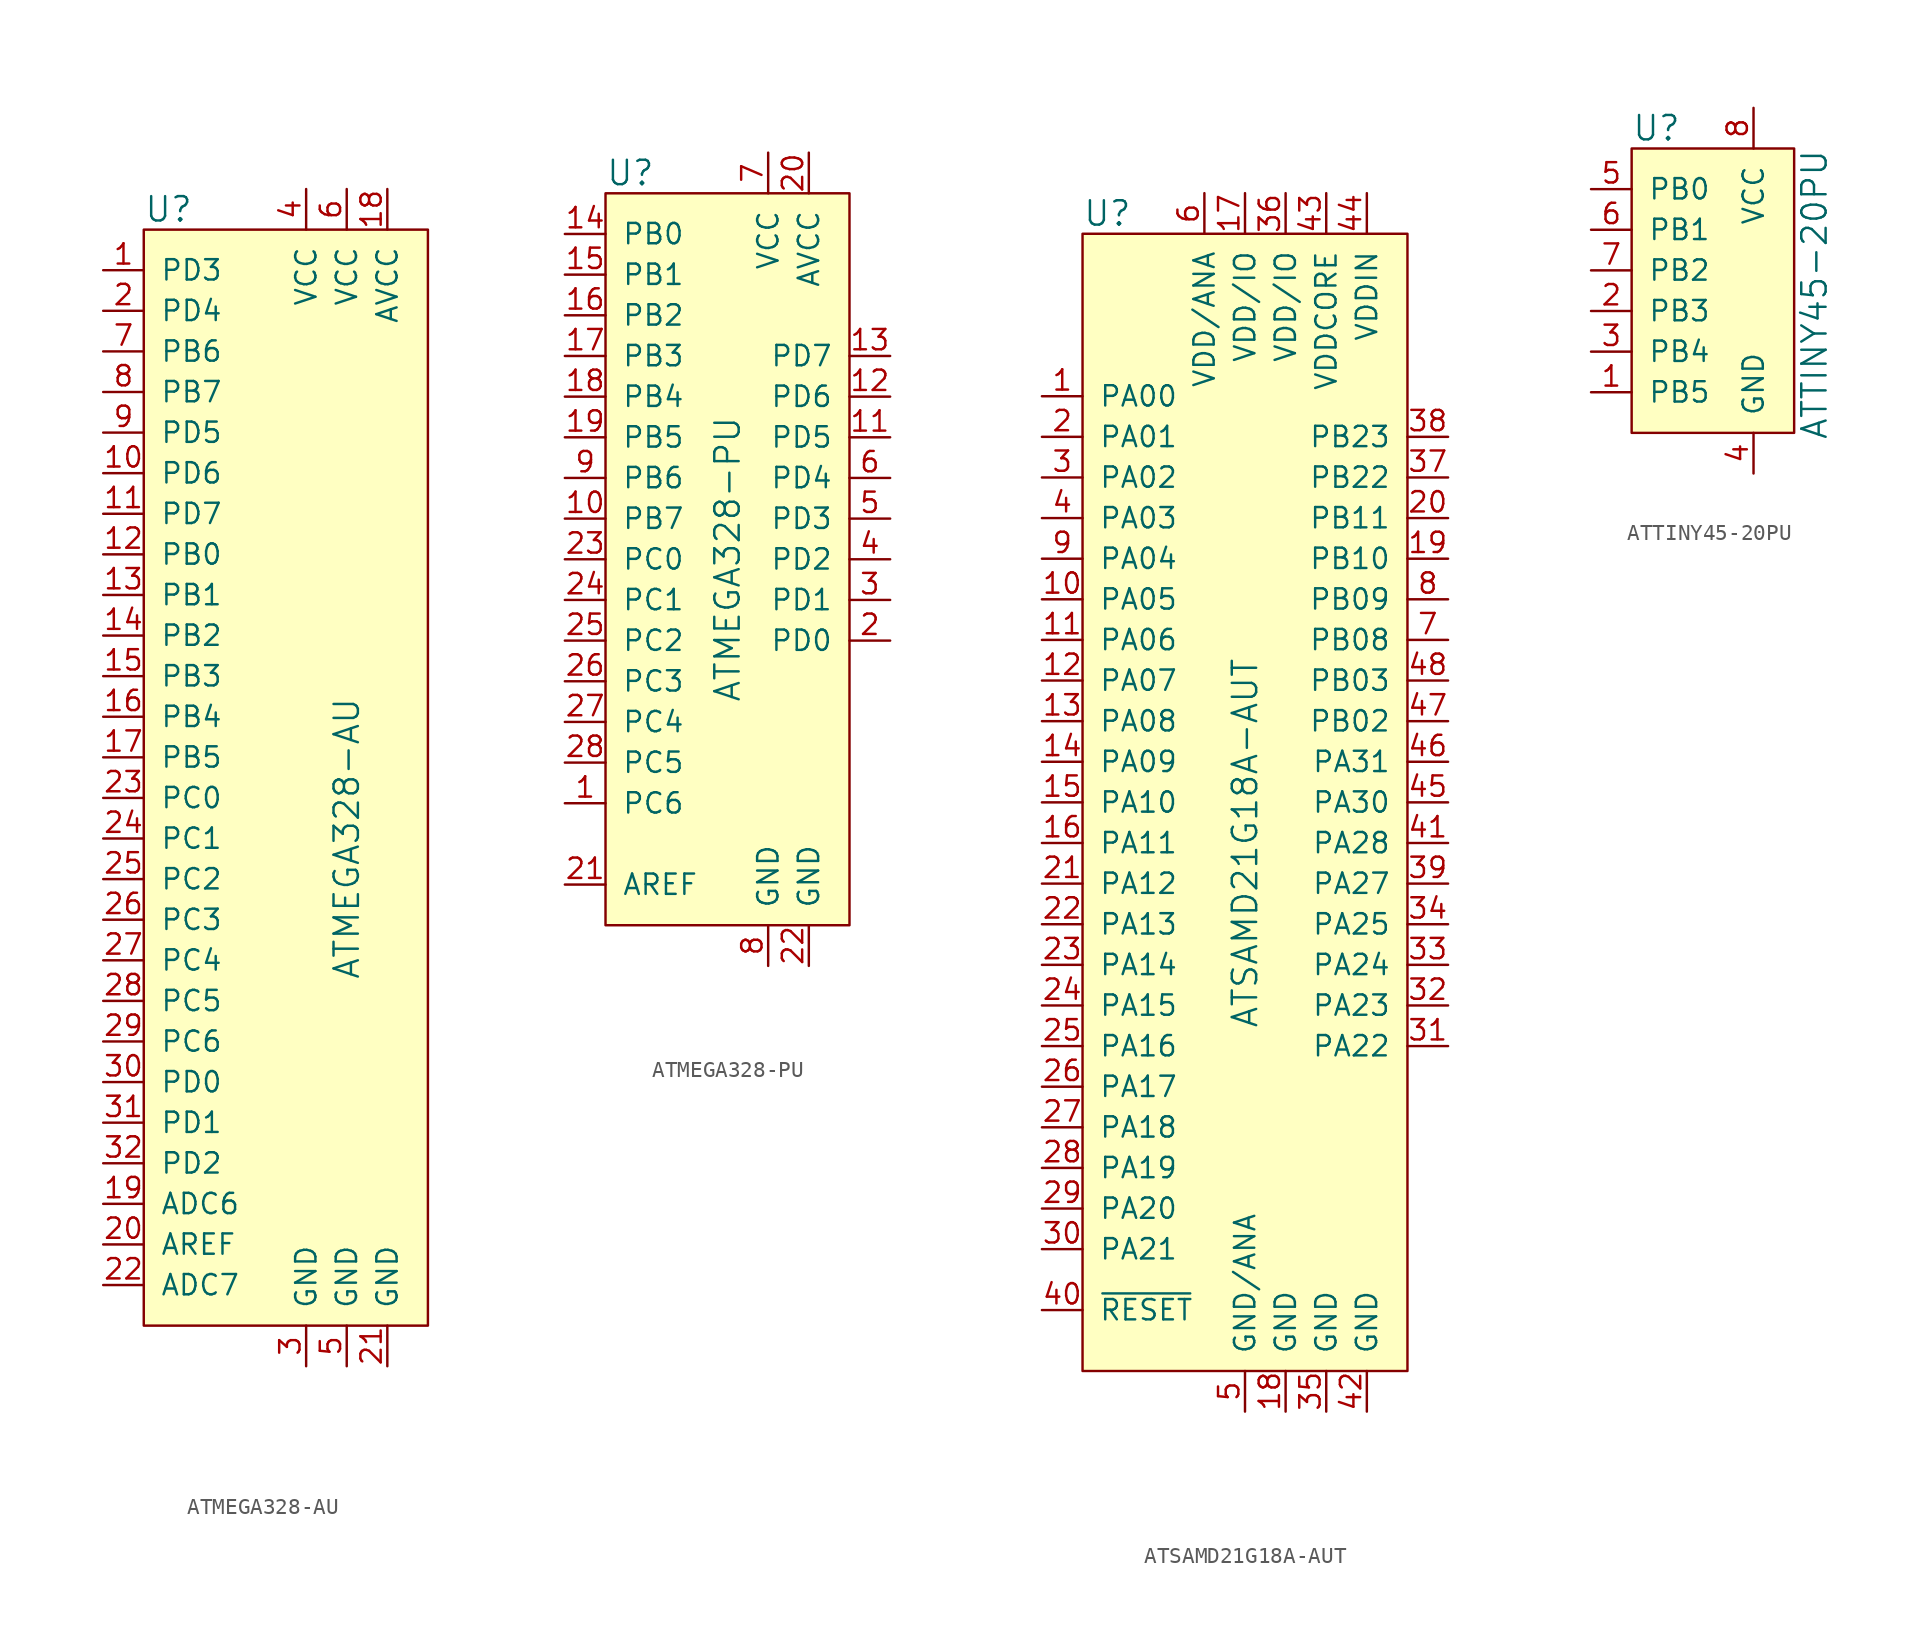
<source format=kicad_sym>
(kicad_symbol_lib
  (version 20231120)
  (generator "kicad_symbol_editor")
  (generator_version "8.0")
  (symbol "ATMEGA328-AU"
    (pin_names
      (offset 1.016))
    (property "Reference" "U"
      (at -10.16 13.97 0)
      (effects (font (size 1.524 1.524)) (justify left)))
    (property "Value" "ATMEGA328-AU"
      (at 2.54 -25.4 90)
      (effects (font (size 1.524 1.524))))
    (symbol "ATMEGA328-AU_0_1"
      (rectangle (start -10.16 12.7) (end 7.62 -55.88) (stroke (width 0) (type solid)) (fill (type background))))
    (symbol "ATMEGA328-AU_1_1"
      (pin bidirectional line (at -12.7 10.16 0) (length 2.54) (name "PD3" (effects (font (size 1.27 1.27)))) (number "1" (effects (font (size 1.27 1.27)))))
      (pin bidirectional line (at -12.7 -2.54 0) (length 2.54) (name "PD6" (effects (font (size 1.27 1.27)))) (number "10" (effects (font (size 1.27 1.27)))))
      (pin bidirectional line (at -12.7 -5.08 0) (length 2.54) (name "PD7" (effects (font (size 1.27 1.27)))) (number "11" (effects (font (size 1.27 1.27)))))
      (pin bidirectional line (at -12.7 -7.62 0) (length 2.54) (name "PB0" (effects (font (size 1.27 1.27)))) (number "12" (effects (font (size 1.27 1.27)))))
      (pin bidirectional line (at -12.7 -10.16 0) (length 2.54) (name "PB1" (effects (font (size 1.27 1.27)))) (number "13" (effects (font (size 1.27 1.27)))))
      (pin bidirectional line (at -12.7 -12.7 0) (length 2.54) (name "PB2" (effects (font (size 1.27 1.27)))) (number "14" (effects (font (size 1.27 1.27)))))
      (pin bidirectional line (at -12.7 -15.24 0) (length 2.54) (name "PB3" (effects (font (size 1.27 1.27)))) (number "15" (effects (font (size 1.27 1.27)))))
      (pin bidirectional line (at -12.7 -17.78 0) (length 2.54) (name "PB4" (effects (font (size 1.27 1.27)))) (number "16" (effects (font (size 1.27 1.27)))))
      (pin bidirectional line (at -12.7 -20.32 0) (length 2.54) (name "PB5" (effects (font (size 1.27 1.27)))) (number "17" (effects (font (size 1.27 1.27)))))
      (pin power_in line (at 5.08 15.24 270) (length 2.54) (name "AVCC" (effects (font (size 1.27 1.27)))) (number "18" (effects (font (size 1.27 1.27)))))
      (pin bidirectional line (at -12.7 -48.26 0) (length 2.54) (name "ADC6" (effects (font (size 1.27 1.27)))) (number "19" (effects (font (size 1.27 1.27)))))
      (pin bidirectional line (at -12.7 7.62 0) (length 2.54) (name "PD4" (effects (font (size 1.27 1.27)))) (number "2" (effects (font (size 1.27 1.27)))))
      (pin input line (at -12.7 -50.8 0) (length 2.54) (name "AREF" (effects (font (size 1.27 1.27)))) (number "20" (effects (font (size 1.27 1.27)))))
      (pin power_in line (at 5.08 -58.42 90) (length 2.54) (name "GND" (effects (font (size 1.27 1.27)))) (number "21" (effects (font (size 1.27 1.27)))))
      (pin bidirectional line (at -12.7 -53.34 0) (length 2.54) (name "ADC7" (effects (font (size 1.27 1.27)))) (number "22" (effects (font (size 1.27 1.27)))))
      (pin bidirectional line (at -12.7 -22.86 0) (length 2.54) (name "PC0" (effects (font (size 1.27 1.27)))) (number "23" (effects (font (size 1.27 1.27)))))
      (pin bidirectional line (at -12.7 -25.4 0) (length 2.54) (name "PC1" (effects (font (size 1.27 1.27)))) (number "24" (effects (font (size 1.27 1.27)))))
      (pin bidirectional line (at -12.7 -27.94 0) (length 2.54) (name "PC2" (effects (font (size 1.27 1.27)))) (number "25" (effects (font (size 1.27 1.27)))))
      (pin input line (at -12.7 -30.48 0) (length 2.54) (name "PC3" (effects (font (size 1.27 1.27)))) (number "26" (effects (font (size 1.27 1.27)))))
      (pin input line (at -12.7 -33.02 0) (length 2.54) (name "PC4" (effects (font (size 1.27 1.27)))) (number "27" (effects (font (size 1.27 1.27)))))
      (pin input line (at -12.7 -35.56 0) (length 2.54) (name "PC5" (effects (font (size 1.27 1.27)))) (number "28" (effects (font (size 1.27 1.27)))))
      (pin input line (at -12.7 -38.1 0) (length 2.54) (name "PC6" (effects (font (size 1.27 1.27)))) (number "29" (effects (font (size 1.27 1.27)))))
      (pin power_in line (at 0 -58.42 90) (length 2.54) (name "GND" (effects (font (size 1.27 1.27)))) (number "3" (effects (font (size 1.27 1.27)))))
      (pin input line (at -12.7 -40.64 0) (length 2.54) (name "PD0" (effects (font (size 1.27 1.27)))) (number "30" (effects (font (size 1.27 1.27)))))
      (pin input line (at -12.7 -43.18 0) (length 2.54) (name "PD1" (effects (font (size 1.27 1.27)))) (number "31" (effects (font (size 1.27 1.27)))))
      (pin input line (at -12.7 -45.72 0) (length 2.54) (name "PD2" (effects (font (size 1.27 1.27)))) (number "32" (effects (font (size 1.27 1.27)))))
      (pin power_in line (at 0 15.24 270) (length 2.54) (name "VCC" (effects (font (size 1.27 1.27)))) (number "4" (effects (font (size 1.27 1.27)))))
      (pin power_in line (at 2.54 -58.42 90) (length 2.54) (name "GND" (effects (font (size 1.27 1.27)))) (number "5" (effects (font (size 1.27 1.27)))))
      (pin power_in line (at 2.54 15.24 270) (length 2.54) (name "VCC" (effects (font (size 1.27 1.27)))) (number "6" (effects (font (size 1.27 1.27)))))
      (pin bidirectional line (at -12.7 5.08 0) (length 2.54) (name "PB6" (effects (font (size 1.27 1.27)))) (number "7" (effects (font (size 1.27 1.27)))))
      (pin bidirectional line (at -12.7 2.54 0) (length 2.54) (name "PB7" (effects (font (size 1.27 1.27)))) (number "8" (effects (font (size 1.27 1.27)))))
      (pin bidirectional line (at -12.7 0 0) (length 2.54) (name "PD5" (effects (font (size 1.27 1.27)))) (number "9" (effects (font (size 1.27 1.27)))))))
  (symbol "ATMEGA328-PU"
    (pin_names
      (offset 1.016))
    (property "Reference" "U"
      (at -10.16 29.21 0)
      (effects (font (size 1.524 1.524)) (justify left)))
    (property "Value" "ATMEGA328-PU"
      (at -2.54 5.08 90)
      (effects (font (size 1.524 1.524))))
    (symbol "ATMEGA328-PU_0_1"
      (rectangle (start -10.16 27.94) (end 5.08 -17.78) (stroke (width 0) (type solid)) (fill (type background))))
    (symbol "ATMEGA328-PU_1_1"
      (pin bidirectional line (at -12.7 -10.16 0) (length 2.54) (name "PC6" (effects (font (size 1.27 1.27)))) (number "1" (effects (font (size 1.27 1.27)))))
      (pin bidirectional line (at -12.7 7.62 0) (length 2.54) (name "PB7" (effects (font (size 1.27 1.27)))) (number "10" (effects (font (size 1.27 1.27)))))
      (pin bidirectional line (at 7.62 12.7 180) (length 2.54) (name "PD5" (effects (font (size 1.27 1.27)))) (number "11" (effects (font (size 1.27 1.27)))))
      (pin bidirectional line (at 7.62 15.24 180) (length 2.54) (name "PD6" (effects (font (size 1.27 1.27)))) (number "12" (effects (font (size 1.27 1.27)))))
      (pin bidirectional line (at 7.62 17.78 180) (length 2.54) (name "PD7" (effects (font (size 1.27 1.27)))) (number "13" (effects (font (size 1.27 1.27)))))
      (pin bidirectional line (at -12.7 25.4 0) (length 2.54) (name "PB0" (effects (font (size 1.27 1.27)))) (number "14" (effects (font (size 1.27 1.27)))))
      (pin bidirectional line (at -12.7 22.86 0) (length 2.54) (name "PB1" (effects (font (size 1.27 1.27)))) (number "15" (effects (font (size 1.27 1.27)))))
      (pin bidirectional line (at -12.7 20.32 0) (length 2.54) (name "PB2" (effects (font (size 1.27 1.27)))) (number "16" (effects (font (size 1.27 1.27)))))
      (pin bidirectional line (at -12.7 17.78 0) (length 2.54) (name "PB3" (effects (font (size 1.27 1.27)))) (number "17" (effects (font (size 1.27 1.27)))))
      (pin bidirectional line (at -12.7 15.24 0) (length 2.54) (name "PB4" (effects (font (size 1.27 1.27)))) (number "18" (effects (font (size 1.27 1.27)))))
      (pin bidirectional line (at -12.7 12.7 0) (length 2.54) (name "PB5" (effects (font (size 1.27 1.27)))) (number "19" (effects (font (size 1.27 1.27)))))
      (pin bidirectional line (at 7.62 0 180) (length 2.54) (name "PD0" (effects (font (size 1.27 1.27)))) (number "2" (effects (font (size 1.27 1.27)))))
      (pin power_in line (at 2.54 30.48 270) (length 2.54) (name "AVCC" (effects (font (size 1.27 1.27)))) (number "20" (effects (font (size 1.27 1.27)))))
      (pin input line (at -12.7 -15.24 0) (length 2.54) (name "AREF" (effects (font (size 1.27 1.27)))) (number "21" (effects (font (size 1.27 1.27)))))
      (pin power_in line (at 2.54 -20.32 90) (length 2.54) (name "GND" (effects (font (size 1.27 1.27)))) (number "22" (effects (font (size 1.27 1.27)))))
      (pin bidirectional line (at -12.7 5.08 0) (length 2.54) (name "PC0" (effects (font (size 1.27 1.27)))) (number "23" (effects (font (size 1.27 1.27)))))
      (pin bidirectional line (at -12.7 2.54 0) (length 2.54) (name "PC1" (effects (font (size 1.27 1.27)))) (number "24" (effects (font (size 1.27 1.27)))))
      (pin bidirectional line (at -12.7 0 0) (length 2.54) (name "PC2" (effects (font (size 1.27 1.27)))) (number "25" (effects (font (size 1.27 1.27)))))
      (pin bidirectional line (at -12.7 -2.54 0) (length 2.54) (name "PC3" (effects (font (size 1.27 1.27)))) (number "26" (effects (font (size 1.27 1.27)))))
      (pin bidirectional line (at -12.7 -5.08 0) (length 2.54) (name "PC4" (effects (font (size 1.27 1.27)))) (number "27" (effects (font (size 1.27 1.27)))))
      (pin bidirectional line (at -12.7 -7.62 0) (length 2.54) (name "PC5" (effects (font (size 1.27 1.27)))) (number "28" (effects (font (size 1.27 1.27)))))
      (pin bidirectional line (at 7.62 2.54 180) (length 2.54) (name "PD1" (effects (font (size 1.27 1.27)))) (number "3" (effects (font (size 1.27 1.27)))))
      (pin bidirectional line (at 7.62 5.08 180) (length 2.54) (name "PD2" (effects (font (size 1.27 1.27)))) (number "4" (effects (font (size 1.27 1.27)))))
      (pin bidirectional line (at 7.62 7.62 180) (length 2.54) (name "PD3" (effects (font (size 1.27 1.27)))) (number "5" (effects (font (size 1.27 1.27)))))
      (pin bidirectional line (at 7.62 10.16 180) (length 2.54) (name "PD4" (effects (font (size 1.27 1.27)))) (number "6" (effects (font (size 1.27 1.27)))))
      (pin power_in line (at 0 30.48 270) (length 2.54) (name "VCC" (effects (font (size 1.27 1.27)))) (number "7" (effects (font (size 1.27 1.27)))))
      (pin power_in line (at 0 -20.32 90) (length 2.54) (name "GND" (effects (font (size 1.27 1.27)))) (number "8" (effects (font (size 1.27 1.27)))))
      (pin bidirectional line (at -12.7 10.16 0) (length 2.54) (name "PB6" (effects (font (size 1.27 1.27)))) (number "9" (effects (font (size 1.27 1.27)))))))
  (symbol "ATSAMD21G18A-AUT"
    (pin_names
      (offset 1.016))
    (property "Reference" "U"
      (at -10.16 39.37 0)
      (effects (font (size 1.524 1.524)) (justify left)))
    (property "Value" "ATSAMD21G18A-AUT"
      (at 0 0 90)
      (effects (font (size 1.524 1.524))))
    (symbol "ATSAMD21G18A-AUT_0_1"
      (rectangle (start -10.16 38.1) (end 10.16 -33.02) (stroke (width 0) (type solid)) (fill (type background))))
    (symbol "ATSAMD21G18A-AUT_1_1"
      (pin bidirectional line (at -12.7 27.94 0) (length 2.54) (name "PA00" (effects (font (size 1.27 1.27)))) (number "1" (effects (font (size 1.27 1.27)))))
      (pin bidirectional line (at -12.7 15.24 0) (length 2.54) (name "PA05" (effects (font (size 1.27 1.27)))) (number "10" (effects (font (size 1.27 1.27)))))
      (pin bidirectional line (at -12.7 12.7 0) (length 2.54) (name "PA06" (effects (font (size 1.27 1.27)))) (number "11" (effects (font (size 1.27 1.27)))))
      (pin bidirectional line (at -12.7 10.16 0) (length 2.54) (name "PA07" (effects (font (size 1.27 1.27)))) (number "12" (effects (font (size 1.27 1.27)))))
      (pin bidirectional line (at -12.7 7.62 0) (length 2.54) (name "PA08" (effects (font (size 1.27 1.27)))) (number "13" (effects (font (size 1.27 1.27)))))
      (pin bidirectional line (at -12.7 5.08 0) (length 2.54) (name "PA09" (effects (font (size 1.27 1.27)))) (number "14" (effects (font (size 1.27 1.27)))))
      (pin bidirectional line (at -12.7 2.54 0) (length 2.54) (name "PA10" (effects (font (size 1.27 1.27)))) (number "15" (effects (font (size 1.27 1.27)))))
      (pin bidirectional line (at -12.7 0 0) (length 2.54) (name "PA11" (effects (font (size 1.27 1.27)))) (number "16" (effects (font (size 1.27 1.27)))))
      (pin power_in line (at 0 40.64 270) (length 2.54) (name "VDD/IO" (effects (font (size 1.27 1.27)))) (number "17" (effects (font (size 1.27 1.27)))))
      (pin power_in line (at 2.54 -35.56 90) (length 2.54) (name "GND" (effects (font (size 1.27 1.27)))) (number "18" (effects (font (size 1.27 1.27)))))
      (pin bidirectional line (at 12.7 17.78 180) (length 2.54) (name "PB10" (effects (font (size 1.27 1.27)))) (number "19" (effects (font (size 1.27 1.27)))))
      (pin bidirectional line (at -12.7 25.4 0) (length 2.54) (name "PA01" (effects (font (size 1.27 1.27)))) (number "2" (effects (font (size 1.27 1.27)))))
      (pin bidirectional line (at 12.7 20.32 180) (length 2.54) (name "PB11" (effects (font (size 1.27 1.27)))) (number "20" (effects (font (size 1.27 1.27)))))
      (pin bidirectional line (at -12.7 -2.54 0) (length 2.54) (name "PA12" (effects (font (size 1.27 1.27)))) (number "21" (effects (font (size 1.27 1.27)))))
      (pin bidirectional line (at -12.7 -5.08 0) (length 2.54) (name "PA13" (effects (font (size 1.27 1.27)))) (number "22" (effects (font (size 1.27 1.27)))))
      (pin bidirectional line (at -12.7 -7.62 0) (length 2.54) (name "PA14" (effects (font (size 1.27 1.27)))) (number "23" (effects (font (size 1.27 1.27)))))
      (pin bidirectional line (at -12.7 -10.16 0) (length 2.54) (name "PA15" (effects (font (size 1.27 1.27)))) (number "24" (effects (font (size 1.27 1.27)))))
      (pin bidirectional line (at -12.7 -12.7 0) (length 2.54) (name "PA16" (effects (font (size 1.27 1.27)))) (number "25" (effects (font (size 1.27 1.27)))))
      (pin bidirectional line (at -12.7 -15.24 0) (length 2.54) (name "PA17" (effects (font (size 1.27 1.27)))) (number "26" (effects (font (size 1.27 1.27)))))
      (pin bidirectional line (at -12.7 -17.78 0) (length 2.54) (name "PA18" (effects (font (size 1.27 1.27)))) (number "27" (effects (font (size 1.27 1.27)))))
      (pin bidirectional line (at -12.7 -20.32 0) (length 2.54) (name "PA19" (effects (font (size 1.27 1.27)))) (number "28" (effects (font (size 1.27 1.27)))))
      (pin bidirectional line (at -12.7 -22.86 0) (length 2.54) (name "PA20" (effects (font (size 1.27 1.27)))) (number "29" (effects (font (size 1.27 1.27)))))
      (pin bidirectional line (at -12.7 22.86 0) (length 2.54) (name "PA02" (effects (font (size 1.27 1.27)))) (number "3" (effects (font (size 1.27 1.27)))))
      (pin bidirectional line (at -12.7 -25.4 0) (length 2.54) (name "PA21" (effects (font (size 1.27 1.27)))) (number "30" (effects (font (size 1.27 1.27)))))
      (pin bidirectional line (at 12.7 -12.7 180) (length 2.54) (name "PA22" (effects (font (size 1.27 1.27)))) (number "31" (effects (font (size 1.27 1.27)))))
      (pin bidirectional line (at 12.7 -10.16 180) (length 2.54) (name "PA23" (effects (font (size 1.27 1.27)))) (number "32" (effects (font (size 1.27 1.27)))))
      (pin bidirectional line (at 12.7 -7.62 180) (length 2.54) (name "PA24" (effects (font (size 1.27 1.27)))) (number "33" (effects (font (size 1.27 1.27)))))
      (pin bidirectional line (at 12.7 -5.08 180) (length 2.54) (name "PA25" (effects (font (size 1.27 1.27)))) (number "34" (effects (font (size 1.27 1.27)))))
      (pin power_in line (at 5.08 -35.56 90) (length 2.54) (name "GND" (effects (font (size 1.27 1.27)))) (number "35" (effects (font (size 1.27 1.27)))))
      (pin power_in line (at 2.54 40.64 270) (length 2.54) (name "VDD/IO" (effects (font (size 1.27 1.27)))) (number "36" (effects (font (size 1.27 1.27)))))
      (pin bidirectional line (at 12.7 22.86 180) (length 2.54) (name "PB22" (effects (font (size 1.27 1.27)))) (number "37" (effects (font (size 1.27 1.27)))))
      (pin bidirectional line (at 12.7 25.4 180) (length 2.54) (name "PB23" (effects (font (size 1.27 1.27)))) (number "38" (effects (font (size 1.27 1.27)))))
      (pin bidirectional line (at 12.7 -2.54 180) (length 2.54) (name "PA27" (effects (font (size 1.27 1.27)))) (number "39" (effects (font (size 1.27 1.27)))))
      (pin bidirectional line (at -12.7 20.32 0) (length 2.54) (name "PA03" (effects (font (size 1.27 1.27)))) (number "4" (effects (font (size 1.27 1.27)))))
      (pin input line (at -12.7 -29.21 0) (length 2.54) (name "~{RESET}" (effects (font (size 1.27 1.27)))) (number "40" (effects (font (size 1.27 1.27)))))
      (pin bidirectional line (at 12.7 0 180) (length 2.54) (name "PA28" (effects (font (size 1.27 1.27)))) (number "41" (effects (font (size 1.27 1.27)))))
      (pin power_in line (at 7.62 -35.56 90) (length 2.54) (name "GND" (effects (font (size 1.27 1.27)))) (number "42" (effects (font (size 1.27 1.27)))))
      (pin power_in line (at 5.08 40.64 270) (length 2.54) (name "VDDCORE" (effects (font (size 1.27 1.27)))) (number "43" (effects (font (size 1.27 1.27)))))
      (pin power_in line (at 7.62 40.64 270) (length 2.54) (name "VDDIN" (effects (font (size 1.27 1.27)))) (number "44" (effects (font (size 1.27 1.27)))))
      (pin bidirectional line (at 12.7 2.54 180) (length 2.54) (name "PA30" (effects (font (size 1.27 1.27)))) (number "45" (effects (font (size 1.27 1.27)))))
      (pin bidirectional line (at 12.7 5.08 180) (length 2.54) (name "PA31" (effects (font (size 1.27 1.27)))) (number "46" (effects (font (size 1.27 1.27)))))
      (pin bidirectional line (at 12.7 7.62 180) (length 2.54) (name "PB02" (effects (font (size 1.27 1.27)))) (number "47" (effects (font (size 1.27 1.27)))))
      (pin bidirectional line (at 12.7 10.16 180) (length 2.54) (name "PB03" (effects (font (size 1.27 1.27)))) (number "48" (effects (font (size 1.27 1.27)))))
      (pin power_in line (at 0 -35.56 90) (length 2.54) (name "GND/ANA" (effects (font (size 1.27 1.27)))) (number "5" (effects (font (size 1.27 1.27)))))
      (pin power_in line (at -2.54 40.64 270) (length 2.54) (name "VDD/ANA" (effects (font (size 1.27 1.27)))) (number "6" (effects (font (size 1.27 1.27)))))
      (pin bidirectional line (at 12.7 12.7 180) (length 2.54) (name "PB08" (effects (font (size 1.27 1.27)))) (number "7" (effects (font (size 1.27 1.27)))))
      (pin bidirectional line (at 12.7 15.24 180) (length 2.54) (name "PB09" (effects (font (size 1.27 1.27)))) (number "8" (effects (font (size 1.27 1.27)))))
      (pin bidirectional line (at -12.7 17.78 0) (length 2.54) (name "PA04" (effects (font (size 1.27 1.27)))) (number "9" (effects (font (size 1.27 1.27)))))))
  (symbol "ATTINY45-20PU"
    (pin_names
      (offset 1.016))
    (property "Reference" "U"
      (at -5.08 6.35 0)
      (effects (font (size 1.524 1.524)) (justify left)))
    (property "Value" "ATTINY45-20PU"
      (at 6.35 5.08 90)
      (effects (font (size 1.524 1.524)) (justify right)))
    (symbol "ATTINY45-20PU_0_1"
      (rectangle (start -5.08 5.08) (end 5.08 -12.7) (stroke (width 0) (type solid)) (fill (type background))))
    (symbol "ATTINY45-20PU_1_1"
      (pin bidirectional line (at -7.62 -10.16 0) (length 2.54) (name "PB5" (effects (font (size 1.27 1.27)))) (number "1" (effects (font (size 1.27 1.27)))))
      (pin bidirectional line (at -7.62 -5.08 0) (length 2.54) (name "PB3" (effects (font (size 1.27 1.27)))) (number "2" (effects (font (size 1.27 1.27)))))
      (pin bidirectional line (at -7.62 -7.62 0) (length 2.54) (name "PB4" (effects (font (size 1.27 1.27)))) (number "3" (effects (font (size 1.27 1.27)))))
      (pin power_in line (at 2.54 -15.24 90) (length 2.54) (name "GND" (effects (font (size 1.27 1.27)))) (number "4" (effects (font (size 1.27 1.27)))))
      (pin bidirectional line (at -7.62 2.54 0) (length 2.54) (name "PB0" (effects (font (size 1.27 1.27)))) (number "5" (effects (font (size 1.27 1.27)))))
      (pin bidirectional line (at -7.62 0 0) (length 2.54) (name "PB1" (effects (font (size 1.27 1.27)))) (number "6" (effects (font (size 1.27 1.27)))))
      (pin bidirectional line (at -7.62 -2.54 0) (length 2.54) (name "PB2" (effects (font (size 1.27 1.27)))) (number "7" (effects (font (size 1.27 1.27)))))
      (pin power_in line (at 2.54 7.62 270) (length 2.54) (name "VCC" (effects (font (size 1.27 1.27)))) (number "8" (effects (font (size 1.27 1.27))))))))
</source>
